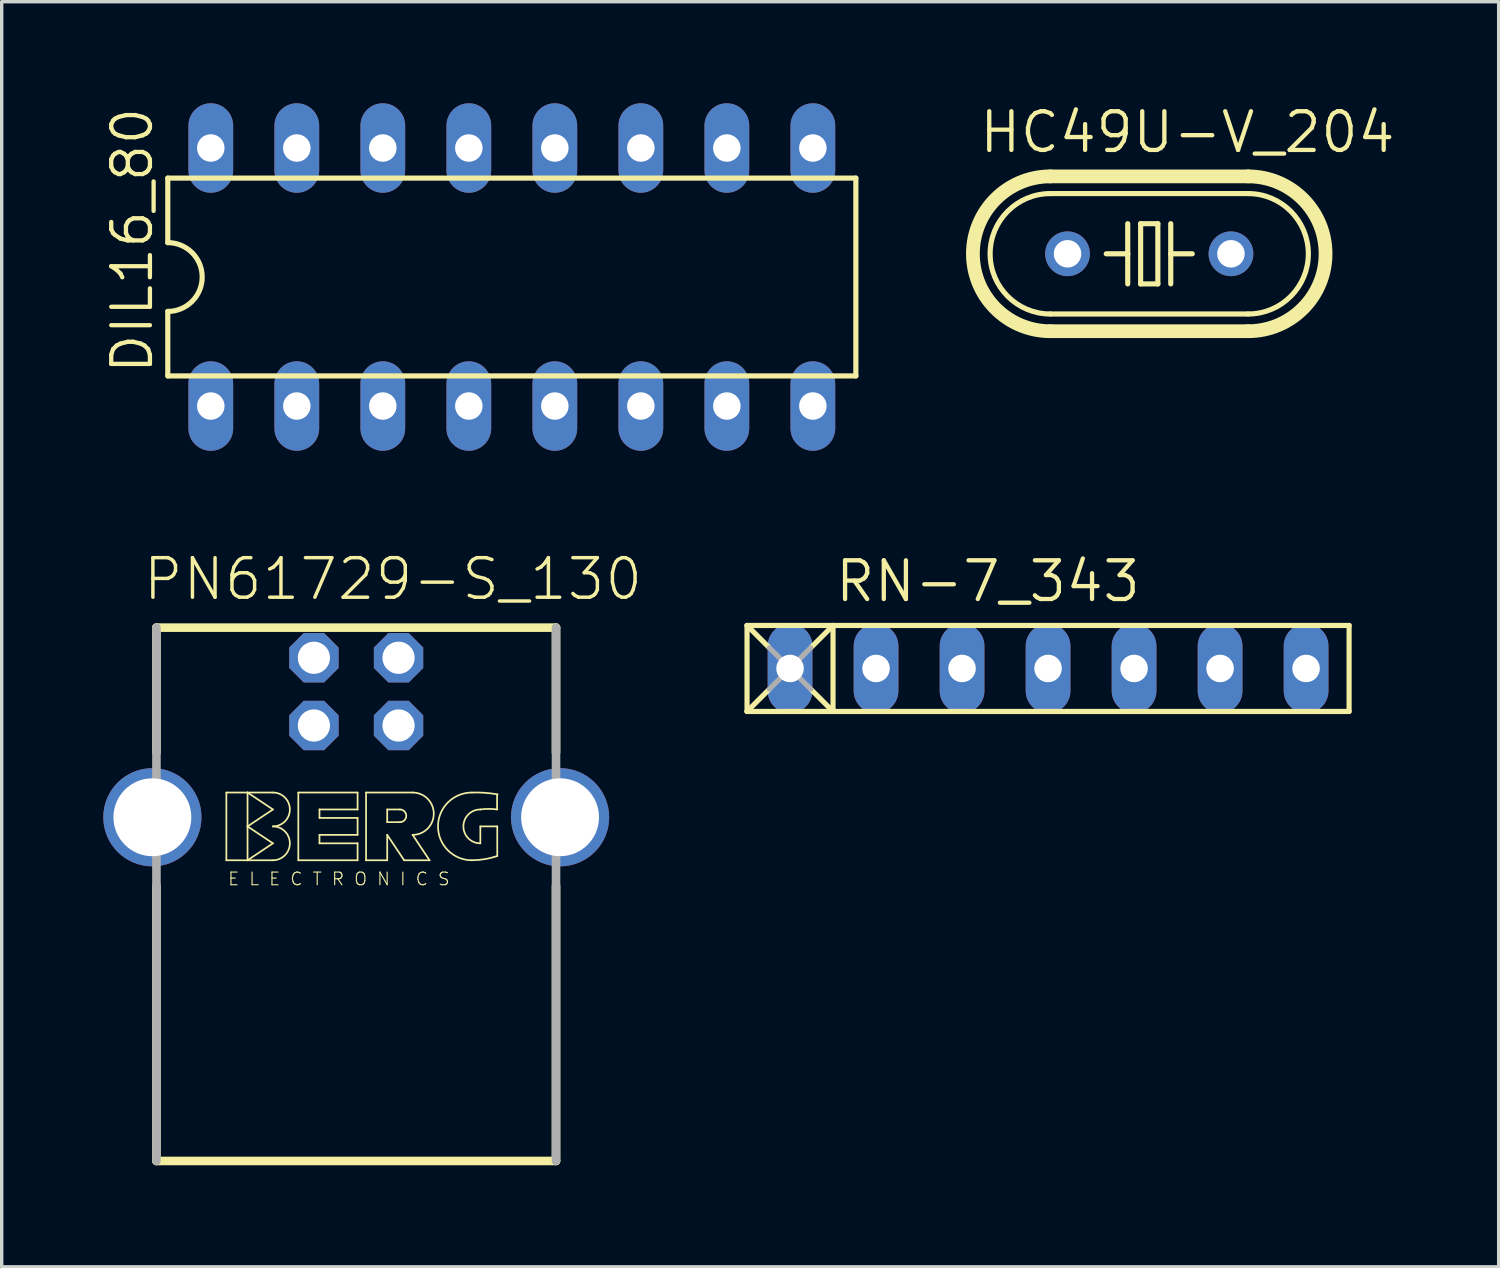
<source format=kicad_pcb>
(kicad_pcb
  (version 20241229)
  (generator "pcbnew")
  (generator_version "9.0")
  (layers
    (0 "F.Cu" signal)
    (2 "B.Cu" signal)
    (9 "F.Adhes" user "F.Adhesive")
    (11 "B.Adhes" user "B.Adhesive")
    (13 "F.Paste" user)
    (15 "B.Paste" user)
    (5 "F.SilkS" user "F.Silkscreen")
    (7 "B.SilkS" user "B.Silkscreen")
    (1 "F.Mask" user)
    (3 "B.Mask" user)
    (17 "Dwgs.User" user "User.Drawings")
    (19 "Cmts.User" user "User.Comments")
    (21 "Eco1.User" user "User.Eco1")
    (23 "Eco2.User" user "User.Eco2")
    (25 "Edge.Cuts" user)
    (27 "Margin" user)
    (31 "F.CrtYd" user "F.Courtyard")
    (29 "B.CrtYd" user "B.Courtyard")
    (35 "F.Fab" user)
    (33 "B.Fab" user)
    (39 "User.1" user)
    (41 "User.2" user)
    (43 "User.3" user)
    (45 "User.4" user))
  (footprint "PN61729-S_130"
    (layer "F.Cu")
    (at 7.47 21.085)
    (property "Reference" "PN61729-S_130" (at -6.35 -6.35 0) (unlocked yes) (layer "F.SilkS") (effects (font (size 1.168 1.168) (thickness 0.102)) (justify left bottom)))
    (fp_line (start -5.9 -5.6) (end -5.9 -1.915) (stroke (width 0.254) (type solid)) (layer "F.SilkS"))
    (fp_line (start -5.9 2.02) (end -5.9 10.15) (stroke (width 0.254) (type solid)) (layer "F.SilkS"))
    (fp_line (start -5.9 10.15) (end 5.9 10.15) (stroke (width 0.254) (type solid)) (layer "F.SilkS"))
    (fp_line (start -3.835 -0.73) (end -3.835 1.27) (stroke (width 0.051) (type solid)) (layer "F.SilkS"))
    (fp_line (start -3.835 1.27) (end -3.21 1.27) (stroke (width 0.051) (type solid)) (layer "F.SilkS"))
    (fp_line (start -3.21 -0.73) (end -3.835 -0.73) (stroke (width 0.051) (type solid)) (layer "F.SilkS"))
    (fp_line (start -3.21 -0.73) (end -2.46 -0.23) (stroke (width 0.051) (type solid)) (layer "F.SilkS"))
    (fp_line (start -3.21 0.27) (end -3.21 -0.73) (stroke (width 0.051) (type solid)) (layer "F.SilkS"))
    (fp_line (start -3.21 0.27) (end -2.46 0.77) (stroke (width 0.051) (type solid)) (layer "F.SilkS"))
    (fp_line (start -3.21 1.27) (end -3.21 0.27) (stroke (width 0.051) (type solid)) (layer "F.SilkS"))
    (fp_line (start -2.46 -0.73) (end -3.21 -0.73) (stroke (width 0.051) (type solid)) (layer "F.SilkS"))
    (fp_line (start -2.46 -0.23) (end -3.21 0.27) (stroke (width 0.051) (type solid)) (layer "F.SilkS"))
    (fp_line (start -2.46 0.77) (end -3.21 1.27) (stroke (width 0.051) (type solid)) (layer "F.SilkS"))
    (fp_line (start -2.46 1.27) (end -3.21 1.27) (stroke (width 0.051) (type solid)) (layer "F.SilkS"))
    (fp_line (start -1.71 -0.73) (end -1.71 1.27) (stroke (width 0.051) (type solid)) (layer "F.SilkS"))
    (fp_line (start -1.71 1.27) (end 0.04 1.27) (stroke (width 0.051) (type solid)) (layer "F.SilkS"))
    (fp_line (start -1.085 -0.23) (end 0.04 -0.23) (stroke (width 0.051) (type solid)) (layer "F.SilkS"))
    (fp_line (start -1.085 0.02) (end -1.085 -0.23) (stroke (width 0.051) (type solid)) (layer "F.SilkS"))
    (fp_line (start -1.085 0.52) (end 0.04 0.52) (stroke (width 0.051) (type solid)) (layer "F.SilkS"))
    (fp_line (start -1.085 0.77) (end -1.085 0.52) (stroke (width 0.051) (type solid)) (layer "F.SilkS"))
    (fp_line (start 0.04 -0.73) (end -1.71 -0.73) (stroke (width 0.051) (type solid)) (layer "F.SilkS"))
    (fp_line (start 0.04 -0.23) (end 0.04 -0.73) (stroke (width 0.051) (type solid)) (layer "F.SilkS"))
    (fp_line (start 0.04 0.02) (end -1.085 0.02) (stroke (width 0.051) (type solid)) (layer "F.SilkS"))
    (fp_line (start 0.04 0.52) (end 0.04 0.02) (stroke (width 0.051) (type solid)) (layer "F.SilkS"))
    (fp_line (start 0.04 0.77) (end -1.085 0.77) (stroke (width 0.051) (type solid)) (layer "F.SilkS"))
    (fp_line (start 0.04 1.27) (end 0.04 0.77) (stroke (width 0.051) (type solid)) (layer "F.SilkS"))
    (fp_line (start 0.29 -0.73) (end 0.29 1.27) (stroke (width 0.051) (type solid)) (layer "F.SilkS"))
    (fp_line (start 0.29 -0.73) (end 1.665 -0.73) (stroke (width 0.051) (type solid)) (layer "F.SilkS"))
    (fp_line (start 0.29 1.27) (end 0.915 1.27) (stroke (width 0.051) (type solid)) (layer "F.SilkS"))
    (fp_line (start 0.915 -0.23) (end 0.915 0.145) (stroke (width 0.051) (type solid)) (layer "F.SilkS"))
    (fp_line (start 0.915 -0.23) (end 1.29 -0.23) (stroke (width 0.051) (type solid)) (layer "F.SilkS"))
    (fp_line (start 0.915 0.145) (end 1.29 0.145) (stroke (width 0.051) (type solid)) (layer "F.SilkS"))
    (fp_line (start 0.915 0.52) (end 1.415 1.27) (stroke (width 0.051) (type solid)) (layer "F.SilkS"))
    (fp_line (start 0.915 1.27) (end 0.915 0.52) (stroke (width 0.051) (type solid)) (layer "F.SilkS"))
    (fp_line (start 1.415 1.27) (end 2.165 1.27) (stroke (width 0.051) (type solid)) (layer "F.SilkS"))
    (fp_line (start 2.165 1.27) (end 1.665 0.52) (stroke (width 0.051) (type solid)) (layer "F.SilkS"))
    (fp_line (start 3.665 0.27) (end 3.665 0.77) (stroke (width 0.051) (type solid)) (layer "F.SilkS"))
    (fp_line (start 3.665 0.27) (end 4.165 0.27) (stroke (width 0.051) (type solid)) (layer "F.SilkS"))
    (fp_line (start 4.16 -0.23) (end 4.16 -0.675) (stroke (width 0.051) (type solid)) (layer "F.SilkS"))
    (fp_line (start 4.165 0.27) (end 4.165 1.145) (stroke (width 0.051) (type solid)) (layer "F.SilkS"))
    (fp_line (start 5.9 -5.6) (end -5.9 -5.6) (stroke (width 0.254) (type solid)) (layer "F.SilkS"))
    (fp_line (start 5.9 -1.915) (end 5.9 -5.6) (stroke (width 0.254) (type solid)) (layer "F.SilkS"))
    (fp_line (start 5.9 10.15) (end 5.9 2.02) (stroke (width 0.254) (type solid)) (layer "F.SilkS"))
    (fp_arc (start -2.46 -0.73) (mid -1.96 -0.23) (end -2.46 0.27) (stroke (width 0.0508) (type solid)) (layer "F.SilkS"))
    (fp_arc (start -2.46 0.27) (mid -1.96 0.77) (end -2.46 1.27) (stroke (width 0.0508) (type solid)) (layer "F.SilkS"))
    (fp_arc (start 1.29 -0.23) (mid 1.4775 -0.0425) (end 1.29 0.145) (stroke (width 0.0508) (type solid)) (layer "F.SilkS"))
    (fp_arc (start 1.665 -0.73) (mid 2.29 -0.105) (end 1.665 0.52) (stroke (width 0.0508) (type solid)) (layer "F.SilkS"))
    (fp_arc (start 3.415 -0.73) (mid 3.796448 -0.72251) (end 4.175 -0.675) (stroke (width 0.0508) (type solid)) (layer "F.SilkS"))
    (fp_arc (start 3.415 1.27) (mid 2.415 0.27) (end 3.415 -0.73) (stroke (width 0.0508) (type solid)) (layer "F.SilkS"))
    (fp_arc (start 3.665 -0.23) (mid 3.915 -0.246593) (end 4.165 -0.23) (stroke (width 0.0508) (type solid)) (layer "F.SilkS"))
    (fp_arc (start 3.665 0.77) (mid 3.165 0.27) (end 3.665 -0.23) (stroke (width 0.0508) (type solid)) (layer "F.SilkS"))
    (fp_arc (start 4.165 1.145) (mid 3.795035 1.23771) (end 3.415 1.27) (stroke (width 0.0508) (type solid)) (layer "F.SilkS"))
    (fp_line (start -5.9 -5.6) (end -5.9 10.15) (stroke (width 0.254) (type solid)) (layer "F.Fab"))
    (fp_line (start 5.9 10.15) (end 5.9 -5.6) (stroke (width 0.254) (type solid)) (layer "F.Fab"))
    (fp_text user "E L E C T R O N I C S" (at -3.81 2.04 0) (unlocked yes) (layer "F.SilkS") (effects (font (size 0.374 0.374) (thickness 0.033)) (justify left bottom)))
    (pad "1" thru_hole roundrect (at 1.25 -4.71) (size 1.458 1.458) (drill 0.95) (layers "*.Cu" "*.Mask") (roundrect_rratio 0.25) (chamfer_ratio 0.293) (chamfer top_left top_right bottom_left bottom_right))
    (pad "2" thru_hole roundrect (at -1.25 -4.71) (size 1.458 1.458) (drill 0.95) (layers "*.Cu" "*.Mask") (roundrect_rratio 0.25) (chamfer_ratio 0.293) (chamfer top_left top_right bottom_left bottom_right))
    (pad "3" thru_hole roundrect (at -1.25 -2.71) (size 1.458 1.458) (drill 0.95) (layers "*.Cu" "*.Mask") (roundrect_rratio 0.25) (chamfer_ratio 0.293) (chamfer top_left top_right bottom_left bottom_right))
    (pad "4" thru_hole roundrect (at 1.25 -2.71) (size 1.458 1.458) (drill 0.95) (layers "*.Cu" "*.Mask") (roundrect_rratio 0.25) (chamfer_ratio 0.293) (chamfer top_left top_right bottom_left bottom_right))
    (pad "S1" thru_hole circle (at -6.02 0) (size 2.9 2.9) (drill 2.3) (layers "*.Cu" "*.Mask"))
    (pad "S2" thru_hole circle (at 6.02 0) (size 2.9 2.9) (drill 2.3) (layers "*.Cu" "*.Mask")))
  (footprint "HC49U-V_204"
    (layer "F.Cu")
    (at 30.889 4.445)
    (property "Reference" "HC49U-V_204" (at -5.08 -2.921 0) (unlocked yes) (layer "F.SilkS") (effects (font (size 1.143 1.143) (thickness 0.127)) (justify left bottom)))
    (fp_line (start -2.921 -2.286) (end 2.921 -2.286) (stroke (width 0.406) (type solid)) (layer "F.SilkS"))
    (fp_line (start -2.921 1.778) (end 2.921 1.778) (stroke (width 0.152) (type solid)) (layer "F.SilkS"))
    (fp_line (start -2.921 2.286) (end 2.921 2.286) (stroke (width 0.406) (type solid)) (layer "F.SilkS"))
    (fp_line (start -0.635 -0.889) (end -0.635 0) (stroke (width 0.152) (type solid)) (layer "F.SilkS"))
    (fp_line (start -0.635 0) (end -1.27 0) (stroke (width 0.152) (type solid)) (layer "F.SilkS"))
    (fp_line (start -0.635 0) (end -0.635 0.889) (stroke (width 0.152) (type solid)) (layer "F.SilkS"))
    (fp_line (start -0.254 -0.889) (end 0.254 -0.889) (stroke (width 0.152) (type solid)) (layer "F.SilkS"))
    (fp_line (start -0.254 0.889) (end -0.254 -0.889) (stroke (width 0.152) (type solid)) (layer "F.SilkS"))
    (fp_line (start 0.254 -0.889) (end 0.254 0.889) (stroke (width 0.152) (type solid)) (layer "F.SilkS"))
    (fp_line (start 0.254 0.889) (end -0.254 0.889) (stroke (width 0.152) (type solid)) (layer "F.SilkS"))
    (fp_line (start 0.635 -0.889) (end 0.635 0) (stroke (width 0.152) (type solid)) (layer "F.SilkS"))
    (fp_line (start 0.635 0) (end 0.635 0.889) (stroke (width 0.152) (type solid)) (layer "F.SilkS"))
    (fp_line (start 0.635 0) (end 1.27 0) (stroke (width 0.152) (type solid)) (layer "F.SilkS"))
    (fp_line (start 2.921 -1.778) (end -2.921 -1.778) (stroke (width 0.152) (type solid)) (layer "F.SilkS"))
    (fp_arc (start -2.921 1.778) (mid -4.699 0) (end -2.921 -1.778) (stroke (width 0.1524) (type solid)) (layer "F.SilkS"))
    (fp_arc (start -2.921 2.286) (mid -5.207 0) (end -2.921 -2.286) (stroke (width 0.4064) (type solid)) (layer "F.SilkS"))
    (fp_arc (start 2.921 -2.286) (mid 5.207 0) (end 2.921 2.286) (stroke (width 0.4064) (type solid)) (layer "F.SilkS"))
    (fp_arc (start 2.921 -1.778) (mid 4.699 0) (end 2.921 1.778) (stroke (width 0.1524) (type solid)) (layer "F.SilkS"))
    (pad "1" thru_hole circle (at -2.413 0) (size 1.321 1.321) (drill 0.813) (layers "*.Cu" "*.Mask"))
    (pad "2" thru_hole circle (at 2.413 0) (size 1.321 1.321) (drill 0.813) (layers "*.Cu" "*.Mask"))
    (zone (net_name "") (layers "F.Cu" "B.Cu") (hatch edge 0.5) (connect_pads) (min_thickness 0.25) (filled_areas_thickness no) (keepout (tracks allowed) (vias not_allowed) (pads allowed) (copperpour allowed) (footprints allowed)) (placement (enabled no)) (fill) (polygon (pts (xy 25.301 5.715) (xy 25.555 5.715) (xy 25.555 3.429) (xy 25.301 3.429))))
    (zone (net_name "") (layers "F.Cu" "B.Cu") (hatch edge 0.5) (connect_pads) (min_thickness 0.25) (filled_areas_thickness no) (keepout (tracks allowed) (vias not_allowed) (pads allowed) (copperpour allowed) (footprints allowed)) (placement (enabled no)) (fill) (polygon (pts (xy 25.555 6.223) (xy 26.063 6.223) (xy 26.063 2.667) (xy 25.555 2.667))))
    (zone (net_name "") (layers "F.Cu" "B.Cu") (hatch edge 0.5) (connect_pads) (min_thickness 0.25) (filled_areas_thickness no) (keepout (tracks allowed) (vias not_allowed) (pads allowed) (copperpour allowed) (footprints allowed)) (placement (enabled no)) (fill) (polygon (pts (xy 26.063 6.731) (xy 26.571 6.731) (xy 26.571 2.159) (xy 26.063 2.159))))
    (zone (net_name "") (layers "F.Cu" "B.Cu") (hatch edge 0.5) (connect_pads) (min_thickness 0.25) (filled_areas_thickness no) (keepout (tracks allowed) (vias not_allowed) (pads allowed) (copperpour allowed) (footprints allowed)) (placement (enabled no)) (fill) (polygon (pts (xy 26.571 6.985) (xy 27.079 6.985) (xy 27.079 1.905) (xy 26.571 1.905))))
    (zone (net_name "") (layers "F.Cu" "B.Cu") (hatch edge 0.5) (connect_pads) (min_thickness 0.25) (filled_areas_thickness no) (keepout (tracks allowed) (vias not_allowed) (pads allowed) (copperpour allowed) (footprints allowed)) (placement (enabled no)) (fill) (polygon (pts (xy 27.079 7.239) (xy 34.699 7.239) (xy 34.699 1.651) (xy 27.079 1.651))))
    (zone (net_name "") (layers "F.Cu" "B.Cu") (hatch edge 0.5) (connect_pads) (min_thickness 0.25) (filled_areas_thickness no) (keepout (tracks allowed) (vias not_allowed) (pads allowed) (copperpour allowed) (footprints allowed)) (placement (enabled no)) (fill) (polygon (pts (xy 34.699 6.985) (xy 35.207 6.985) (xy 35.207 1.905) (xy 34.699 1.905))))
    (zone (net_name "") (layers "F.Cu" "B.Cu") (hatch edge 0.5) (connect_pads) (min_thickness 0.25) (filled_areas_thickness no) (keepout (tracks allowed) (vias not_allowed) (pads allowed) (copperpour allowed) (footprints allowed)) (placement (enabled no)) (fill) (polygon (pts (xy 35.207 6.731) (xy 35.715 6.731) (xy 35.715 2.159) (xy 35.207 2.159))))
    (zone (net_name "") (layers "F.Cu" "B.Cu") (hatch edge 0.5) (connect_pads) (min_thickness 0.25) (filled_areas_thickness no) (keepout (tracks allowed) (vias not_allowed) (pads allowed) (copperpour allowed) (footprints allowed)) (placement (enabled no)) (fill) (polygon (pts (xy 35.715 6.223) (xy 36.223 6.223) (xy 36.223 2.667) (xy 35.715 2.667))))
    (zone (net_name "") (layers "F.Cu" "B.Cu") (hatch edge 0.5) (connect_pads) (min_thickness 0.25) (filled_areas_thickness no) (keepout (tracks allowed) (vias not_allowed) (pads allowed) (copperpour allowed) (footprints allowed)) (placement (enabled no)) (fill) (polygon (pts (xy 36.223 5.461) (xy 36.477 5.461) (xy 36.477 3.429) (xy 36.223 3.429)))))
  (footprint "RN-7_343"
    (layer "F.Cu")
    (at 27.901 16.691)
    (property "Reference" "RN-7_343" (at -6.35 -1.905 0) (unlocked yes) (layer "F.SilkS") (effects (font (size 1.143 1.143) (thickness 0.127)) (justify left bottom)))
    (fp_line (start -8.89 -1.27) (end -8.89 1.27) (stroke (width 0.152) (type solid)) (layer "F.SilkS"))
    (fp_line (start -8.89 -1.27) (end -8.255 -0.635) (stroke (width 0.152) (type solid)) (layer "F.SilkS"))
    (fp_line (start -8.89 1.27) (end -8.255 0.635) (stroke (width 0.152) (type solid)) (layer "F.SilkS"))
    (fp_line (start -8.89 1.27) (end -6.35 1.27) (stroke (width 0.152) (type solid)) (layer "F.SilkS"))
    (fp_line (start -6.35 -1.27) (end -8.89 -1.27) (stroke (width 0.152) (type solid)) (layer "F.SilkS"))
    (fp_line (start -6.35 -1.27) (end -6.985 -0.635) (stroke (width 0.152) (type solid)) (layer "F.SilkS"))
    (fp_line (start -6.35 -1.27) (end -6.35 1.27) (stroke (width 0.152) (type solid)) (layer "F.SilkS"))
    (fp_line (start -6.35 1.27) (end -6.985 0.635) (stroke (width 0.152) (type solid)) (layer "F.SilkS"))
    (fp_line (start -6.35 1.27) (end 8.89 1.27) (stroke (width 0.152) (type solid)) (layer "F.SilkS"))
    (fp_line (start 8.89 -1.27) (end -6.35 -1.27) (stroke (width 0.152) (type solid)) (layer "F.SilkS"))
    (fp_line (start 8.89 1.27) (end 8.89 -1.27) (stroke (width 0.152) (type solid)) (layer "F.SilkS"))
    (fp_line (start -8.23 -0.61) (end -7.01 0.61) (stroke (width 0.152) (type solid)) (layer "F.Fab"))
    (fp_line (start -8.23 0.61) (end -7.01 -0.61) (stroke (width 0.152) (type solid)) (layer "F.Fab"))
    (pad "1" thru_hole oval (at -7.62 0 90) (size 2.642 1.321) (drill 0.813) (layers "*.Cu" "*.Mask"))
    (pad "2" thru_hole oval (at -5.08 0 90) (size 2.642 1.321) (drill 0.813) (layers "*.Cu" "*.Mask"))
    (pad "3" thru_hole oval (at -2.54 0 90) (size 2.642 1.321) (drill 0.813) (layers "*.Cu" "*.Mask"))
    (pad "4" thru_hole oval (at 0 0 90) (size 2.642 1.321) (drill 0.813) (layers "*.Cu" "*.Mask"))
    (pad "5" thru_hole oval (at 2.54 0 90) (size 2.642 1.321) (drill 0.813) (layers "*.Cu" "*.Mask"))
    (pad "6" thru_hole oval (at 5.08 0 90) (size 2.642 1.321) (drill 0.813) (layers "*.Cu" "*.Mask"))
    (pad "7" thru_hole oval (at 7.62 0 90) (size 2.642 1.321) (drill 0.813) (layers "*.Cu" "*.Mask")))
  (footprint "DIL16_80"
    (layer "F.Cu")
    (at 12.065 5.131)
    (property "Reference" "DIL16_80" (at -10.541 2.921 90) (unlocked yes) (layer "F.SilkS") (effects (font (size 1.143 1.143) (thickness 0.127)) (justify left bottom)))
    (fp_line (start -10.16 -2.921) (end -10.16 -1.016) (stroke (width 0.152) (type solid)) (layer "F.SilkS"))
    (fp_line (start -10.16 2.921) (end -10.16 1.016) (stroke (width 0.152) (type solid)) (layer "F.SilkS"))
    (fp_line (start -10.16 2.921) (end 10.16 2.921) (stroke (width 0.152) (type solid)) (layer "F.SilkS"))
    (fp_line (start 10.16 -2.921) (end -10.16 -2.921) (stroke (width 0.152) (type solid)) (layer "F.SilkS"))
    (fp_line (start 10.16 -2.921) (end 10.16 2.921) (stroke (width 0.152) (type solid)) (layer "F.SilkS"))
    (fp_arc (start -10.16 -1.016) (mid -9.144 0) (end -10.16 1.016) (stroke (width 0.1524) (type solid)) (layer "F.SilkS"))
    (pad "1" thru_hole oval (at -8.89 3.81 90) (size 2.642 1.321) (drill 0.813) (layers "*.Cu" "*.Mask"))
    (pad "2" thru_hole oval (at -6.35 3.81 90) (size 2.642 1.321) (drill 0.813) (layers "*.Cu" "*.Mask"))
    (pad "3" thru_hole oval (at -3.81 3.81 90) (size 2.642 1.321) (drill 0.813) (layers "*.Cu" "*.Mask"))
    (pad "4" thru_hole oval (at -1.27 3.81 90) (size 2.642 1.321) (drill 0.813) (layers "*.Cu" "*.Mask"))
    (pad "5" thru_hole oval (at 1.27 3.81 90) (size 2.642 1.321) (drill 0.813) (layers "*.Cu" "*.Mask"))
    (pad "6" thru_hole oval (at 3.81 3.81 90) (size 2.642 1.321) (drill 0.813) (layers "*.Cu" "*.Mask"))
    (pad "7" thru_hole oval (at 6.35 3.81 90) (size 2.642 1.321) (drill 0.813) (layers "*.Cu" "*.Mask"))
    (pad "8" thru_hole oval (at 8.89 3.81 90) (size 2.642 1.321) (drill 0.813) (layers "*.Cu" "*.Mask"))
    (pad "9" thru_hole oval (at 8.89 -3.81 90) (size 2.642 1.321) (drill 0.813) (layers "*.Cu" "*.Mask"))
    (pad "10" thru_hole oval (at 6.35 -3.81 90) (size 2.642 1.321) (drill 0.813) (layers "*.Cu" "*.Mask"))
    (pad "11" thru_hole oval (at 3.81 -3.81 90) (size 2.642 1.321) (drill 0.813) (layers "*.Cu" "*.Mask"))
    (pad "12" thru_hole oval (at 1.27 -3.81 90) (size 2.642 1.321) (drill 0.813) (layers "*.Cu" "*.Mask"))
    (pad "13" thru_hole oval (at -1.27 -3.81 90) (size 2.642 1.321) (drill 0.813) (layers "*.Cu" "*.Mask"))
    (pad "14" thru_hole oval (at -3.81 -3.81 90) (size 2.642 1.321) (drill 0.813) (layers "*.Cu" "*.Mask"))
    (pad "15" thru_hole oval (at -6.35 -3.81 90) (size 2.642 1.321) (drill 0.813) (layers "*.Cu" "*.Mask"))
    (pad "16" thru_hole oval (at -8.89 -3.81 90) (size 2.642 1.321) (drill 0.813) (layers "*.Cu" "*.Mask")))
  (gr_rect
    (start -3 -3)
    (end 41.208 34.362)
    (stroke (width 0.1) (type default))
    (fill no)
    (layer "Edge.Cuts")))
</source>
